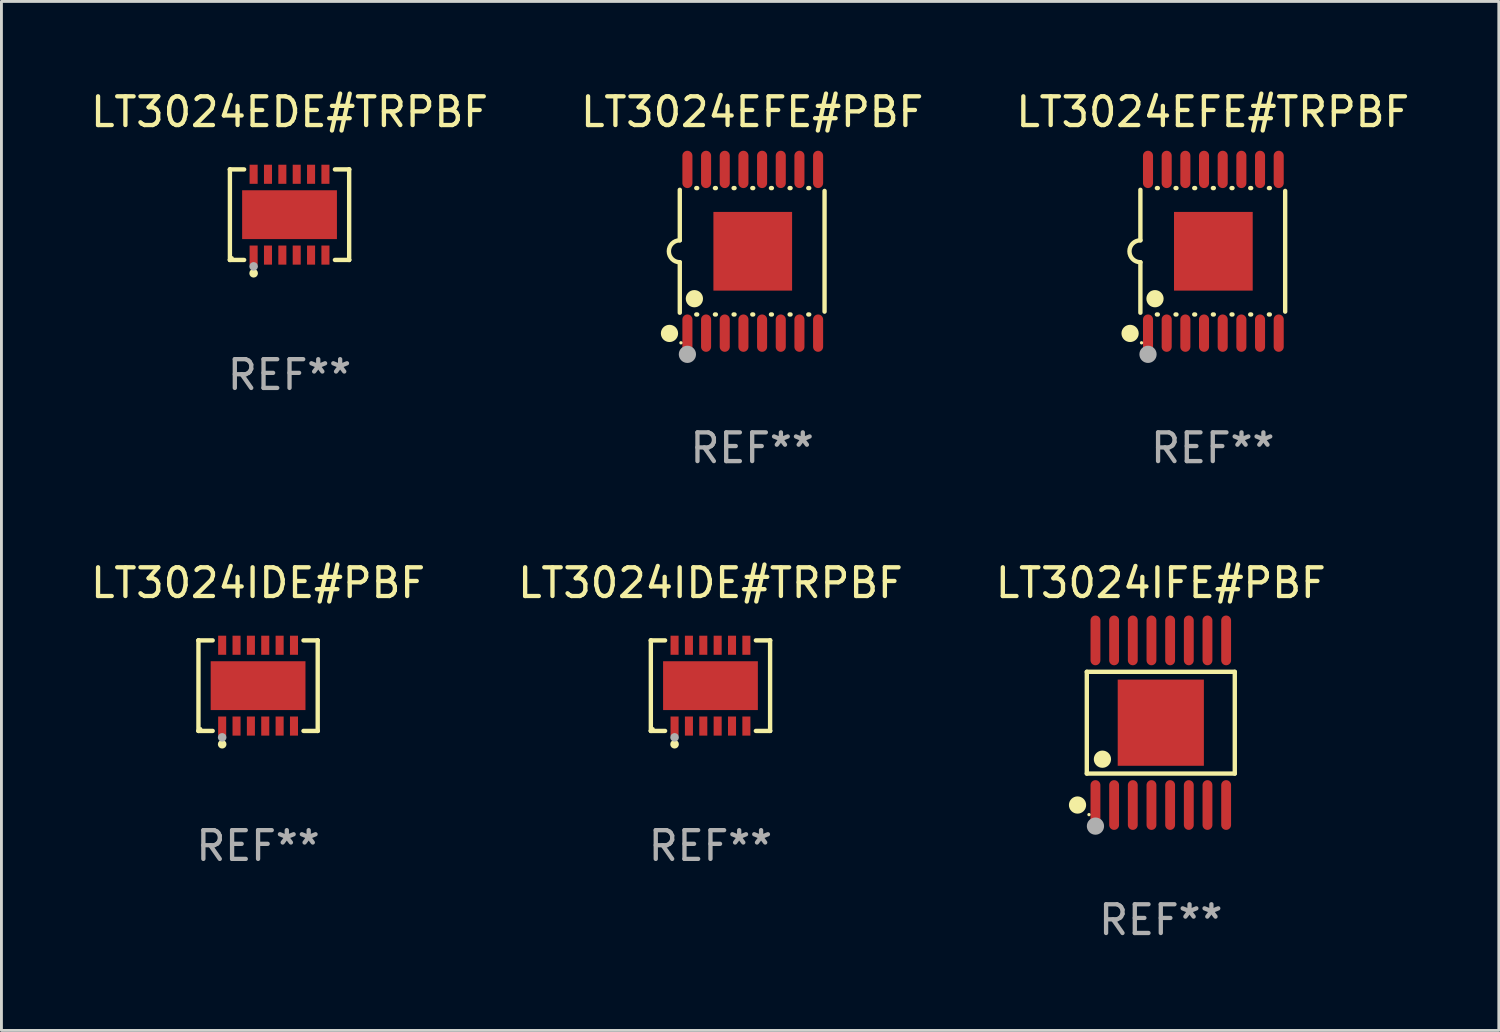
<source format=kicad_pcb>
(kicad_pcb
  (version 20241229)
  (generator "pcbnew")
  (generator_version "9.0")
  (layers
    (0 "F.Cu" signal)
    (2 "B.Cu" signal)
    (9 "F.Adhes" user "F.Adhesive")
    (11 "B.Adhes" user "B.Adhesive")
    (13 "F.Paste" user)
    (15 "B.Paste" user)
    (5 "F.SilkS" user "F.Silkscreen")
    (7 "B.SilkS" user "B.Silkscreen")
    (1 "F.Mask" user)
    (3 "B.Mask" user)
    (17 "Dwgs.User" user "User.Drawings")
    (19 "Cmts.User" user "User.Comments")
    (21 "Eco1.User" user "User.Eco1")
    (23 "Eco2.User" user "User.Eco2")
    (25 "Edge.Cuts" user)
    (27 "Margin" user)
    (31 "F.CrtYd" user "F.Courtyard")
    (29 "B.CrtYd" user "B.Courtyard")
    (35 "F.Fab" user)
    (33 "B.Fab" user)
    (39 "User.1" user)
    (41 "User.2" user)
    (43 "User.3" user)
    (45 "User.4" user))
  (footprint "LT3024EDE#TRPBF"
    (layer "F.Cu")
    (at 7.03 4.424)
    (property "Reference" "LT3024EDE#TRPBF" (at 0 -3.576 0) (layer "F.SilkS") (effects (font (size 1 1) (thickness 0.15))))
    (attr through_hole)
    (fp_line (start -2.076 -1.576) (end -2.076 -1.576) (stroke (width 0.152) (type solid)) (layer "F.SilkS"))
    (fp_line (start -2.076 -1.576) (end -1.58 -1.576) (stroke (width 0.152) (type solid)) (layer "F.SilkS"))
    (fp_line (start -2.076 1.576) (end -2.076 -1.576) (stroke (width 0.152) (type solid)) (layer "F.SilkS"))
    (fp_line (start -2.076 1.576) (end -2.076 1.576) (stroke (width 0.152) (type solid)) (layer "F.SilkS"))
    (fp_line (start -1.58 1.576) (end -2.076 1.576) (stroke (width 0.152) (type solid)) (layer "F.SilkS"))
    (fp_line (start 1.58 1.576) (end 2.076 1.576) (stroke (width 0.152) (type solid)) (layer "F.SilkS"))
    (fp_line (start 2.076 -1.576) (end 1.58 -1.576) (stroke (width 0.152) (type solid)) (layer "F.SilkS"))
    (fp_line (start 2.076 -1.576) (end 2.076 -1.576) (stroke (width 0.152) (type solid)) (layer "F.SilkS"))
    (fp_line (start 2.076 1.576) (end 2.076 -1.576) (stroke (width 0.152) (type solid)) (layer "F.SilkS"))
    (fp_line (start 2.076 1.576) (end 2.076 1.576) (stroke (width 0.152) (type solid)) (layer "F.SilkS"))
    (fp_circle (center -2 1.5) (end -1.97 1.5) (stroke (width 0.06) (type solid)) (fill no) (layer "F.SilkS"))
    (fp_circle (center -1.25 2.04) (end -1.175 2.04) (stroke (width 0.15) (type solid)) (fill no) (layer "F.SilkS"))
    (fp_circle (center -1.25 1.8) (end -1.175 1.8) (stroke (width 0.15) (type solid)) (fill no) (layer "F.Fab"))
    (fp_text user "REF**" (at 0 5.576 0) (layer "F.Fab") (effects (font (size 1 1) (thickness 0.15))))
    (pad "1" smd rect (at -1.25 1.407) (size 0.28 0.665) (layers "F.Cu" "F.Mask" "F.Paste"))
    (pad "2" smd rect (at -0.75 1.407) (size 0.28 0.665) (layers "F.Cu" "F.Mask" "F.Paste"))
    (pad "3" smd rect (at -0.25 1.407) (size 0.28 0.665) (layers "F.Cu" "F.Mask" "F.Paste"))
    (pad "4" smd rect (at 0.25 1.407) (size 0.28 0.665) (layers "F.Cu" "F.Mask" "F.Paste"))
    (pad "5" smd rect (at 0.75 1.407) (size 0.28 0.665) (layers "F.Cu" "F.Mask" "F.Paste"))
    (pad "6" smd rect (at 1.25 1.407) (size 0.28 0.665) (layers "F.Cu" "F.Mask" "F.Paste"))
    (pad "7" smd rect (at 1.25 -1.407) (size 0.28 0.665) (layers "F.Cu" "F.Mask" "F.Paste"))
    (pad "8" smd rect (at 0.75 -1.407) (size 0.28 0.665) (layers "F.Cu" "F.Mask" "F.Paste"))
    (pad "9" smd rect (at 0.25 -1.407) (size 0.28 0.665) (layers "F.Cu" "F.Mask" "F.Paste"))
    (pad "10" smd rect (at -0.25 -1.407) (size 0.28 0.665) (layers "F.Cu" "F.Mask" "F.Paste"))
    (pad "11" smd rect (at -0.75 -1.407) (size 0.28 0.665) (layers "F.Cu" "F.Mask" "F.Paste"))
    (pad "12" smd rect (at -1.25 -1.407) (size 0.28 0.665) (layers "F.Cu" "F.Mask" "F.Paste"))
    (pad "13" smd rect (at 0 0) (size 3.3 1.7) (layers "F.Cu" "F.Mask" "F.Paste")))
  (footprint "LT3024EFE#PBF"
    (layer "F.Cu")
    (at 23.137 5.698)
    (property "Reference" "LT3024EFE#PBF" (at 0 -4.85 0) (layer "F.SilkS") (effects (font (size 1 1) (thickness 0.15))))
    (attr through_hole)
    (fp_line (start -2.52 -2.14) (end -2.52 -0.381) (stroke (width 0.152) (type solid)) (layer "F.SilkS"))
    (fp_line (start -2.52 2.14) (end -2.52 0.381) (stroke (width 0.152) (type solid)) (layer "F.SilkS"))
    (fp_line (start -1.946 -2.2) (end -1.914 -2.2) (stroke (width 0.152) (type solid)) (layer "F.SilkS"))
    (fp_line (start -1.946 2.2) (end -1.914 2.2) (stroke (width 0.152) (type solid)) (layer "F.SilkS"))
    (fp_line (start -1.296 -2.2) (end -1.264 -2.2) (stroke (width 0.152) (type solid)) (layer "F.SilkS"))
    (fp_line (start -1.296 2.2) (end -1.264 2.2) (stroke (width 0.152) (type solid)) (layer "F.SilkS"))
    (fp_line (start -0.646 -2.2) (end -0.614 -2.2) (stroke (width 0.152) (type solid)) (layer "F.SilkS"))
    (fp_line (start -0.646 2.2) (end -0.614 2.2) (stroke (width 0.152) (type solid)) (layer "F.SilkS"))
    (fp_line (start 0.004 -2.2) (end 0.036 -2.2) (stroke (width 0.152) (type solid)) (layer "F.SilkS"))
    (fp_line (start 0.004 2.2) (end 0.036 2.2) (stroke (width 0.152) (type solid)) (layer "F.SilkS"))
    (fp_line (start 0.654 -2.2) (end 0.686 -2.2) (stroke (width 0.152) (type solid)) (layer "F.SilkS"))
    (fp_line (start 0.654 2.2) (end 0.686 2.2) (stroke (width 0.152) (type solid)) (layer "F.SilkS"))
    (fp_line (start 1.304 -2.2) (end 1.336 -2.2) (stroke (width 0.152) (type solid)) (layer "F.SilkS"))
    (fp_line (start 1.304 2.2) (end 1.336 2.2) (stroke (width 0.152) (type solid)) (layer "F.SilkS"))
    (fp_line (start 1.954 -2.2) (end 1.986 -2.2) (stroke (width 0.152) (type solid)) (layer "F.SilkS"))
    (fp_line (start 1.954 2.2) (end 1.986 2.2) (stroke (width 0.152) (type solid)) (layer "F.SilkS"))
    (fp_line (start 2.52 -2.101) (end 2.52 2.101) (stroke (width 0.152) (type solid)) (layer "F.SilkS"))
    (fp_arc (start -2.520003 0.381001) (mid -2.901004 0) (end -2.520003 -0.381001) (stroke (width 0.151994) (type solid)) (layer "F.SilkS"))
    (fp_circle (center -2.879 2.86) (end -2.729 2.86) (stroke (width 0.3) (type solid)) (fill no) (layer "F.SilkS"))
    (fp_circle (center -2.48 3.187) (end -2.45 3.187) (stroke (width 0.06) (type solid)) (fill no) (layer "F.SilkS"))
    (fp_circle (center -2.012 1.651) (end -1.862 1.651) (stroke (width 0.3) (type solid)) (fill no) (layer "F.SilkS"))
    (fp_circle (center -2.255 3.588) (end -2.105 3.588) (stroke (width 0.3) (type solid)) (fill no) (layer "F.Fab"))
    (fp_text user "REF**" (at 0 6.85 0) (layer "F.Fab") (effects (font (size 1 1) (thickness 0.15))))
    (pad "1" smd oval (at -2.255 2.85) (size 0.35 1.3) (layers "F.Cu" "F.Mask" "F.Paste"))
    (pad "2" smd oval (at -1.605 2.85) (size 0.35 1.3) (layers "F.Cu" "F.Mask" "F.Paste"))
    (pad "3" smd oval (at -0.955 2.85) (size 0.35 1.3) (layers "F.Cu" "F.Mask" "F.Paste"))
    (pad "4" smd oval (at -0.305 2.85) (size 0.35 1.3) (layers "F.Cu" "F.Mask" "F.Paste"))
    (pad "5" smd oval (at 0.345 2.85) (size 0.35 1.3) (layers "F.Cu" "F.Mask" "F.Paste"))
    (pad "6" smd oval (at 0.995 2.85) (size 0.35 1.3) (layers "F.Cu" "F.Mask" "F.Paste"))
    (pad "7" smd oval (at 1.645 2.85) (size 0.35 1.3) (layers "F.Cu" "F.Mask" "F.Paste"))
    (pad "8" smd oval (at 2.295 2.85) (size 0.35 1.3) (layers "F.Cu" "F.Mask" "F.Paste"))
    (pad "9" smd oval (at 2.295 -2.85) (size 0.35 1.3) (layers "F.Cu" "F.Mask" "F.Paste"))
    (pad "10" smd oval (at 1.645 -2.85) (size 0.35 1.3) (layers "F.Cu" "F.Mask" "F.Paste"))
    (pad "11" smd oval (at 0.995 -2.85) (size 0.35 1.3) (layers "F.Cu" "F.Mask" "F.Paste"))
    (pad "12" smd oval (at 0.345 -2.85) (size 0.35 1.3) (layers "F.Cu" "F.Mask" "F.Paste"))
    (pad "13" smd oval (at -0.305 -2.85) (size 0.35 1.3) (layers "F.Cu" "F.Mask" "F.Paste"))
    (pad "14" smd oval (at -0.955 -2.85) (size 0.35 1.3) (layers "F.Cu" "F.Mask" "F.Paste"))
    (pad "15" smd oval (at -1.605 -2.85) (size 0.35 1.3) (layers "F.Cu" "F.Mask" "F.Paste"))
    (pad "16" smd oval (at -2.255 -2.85) (size 0.35 1.3) (layers "F.Cu" "F.Mask" "F.Paste"))
    (pad "17" smd rect (at 0.02 0) (size 2.74 2.74) (layers "F.Cu" "F.Mask" "F.Paste")))
  (footprint "LT3024IFE#PBF"
    (layer "F.Cu")
    (at 37.363 22.111)
    (property "Reference" "LT3024IFE#PBF" (at 0 -4.866 0) (layer "F.SilkS") (effects (font (size 1 1) (thickness 0.15))))
    (attr through_hole)
    (fp_line (start -2.576 -1.772) (end 2.576 -1.772) (stroke (width 0.152) (type solid)) (layer "F.SilkS"))
    (fp_line (start -2.576 1.771) (end -2.576 -1.772) (stroke (width 0.152) (type solid)) (layer "F.SilkS"))
    (fp_line (start 2.576 -1.772) (end 2.576 1.771) (stroke (width 0.152) (type solid)) (layer "F.SilkS"))
    (fp_line (start 2.576 1.771) (end -2.576 1.771) (stroke (width 0.152) (type solid)) (layer "F.SilkS"))
    (fp_circle (center -2.899 2.866) (end -2.749 2.866) (stroke (width 0.3) (type solid)) (fill no) (layer "F.SilkS"))
    (fp_circle (center -2.5 3.2) (end -2.47 3.2) (stroke (width 0.06) (type solid)) (fill no) (layer "F.SilkS"))
    (fp_circle (center -2.032 1.27) (end -1.882 1.27) (stroke (width 0.3) (type solid)) (fill no) (layer "F.SilkS"))
    (fp_circle (center -2.275 3.6) (end -2.125 3.6) (stroke (width 0.3) (type solid)) (fill no) (layer "F.Fab"))
    (fp_text user "REF**" (at 0 6.866 0) (layer "F.Fab") (effects (font (size 1 1) (thickness 0.15))))
    (pad "1" smd oval (at -2.275 2.866) (size 0.343 1.731) (layers "F.Cu" "F.Mask" "F.Paste"))
    (pad "2" smd oval (at -1.625 2.866) (size 0.343 1.731) (layers "F.Cu" "F.Mask" "F.Paste"))
    (pad "3" smd oval (at -0.975 2.866) (size 0.343 1.731) (layers "F.Cu" "F.Mask" "F.Paste"))
    (pad "4" smd oval (at -0.325 2.866) (size 0.343 1.731) (layers "F.Cu" "F.Mask" "F.Paste"))
    (pad "5" smd oval (at 0.325 2.866) (size 0.343 1.731) (layers "F.Cu" "F.Mask" "F.Paste"))
    (pad "6" smd oval (at 0.975 2.866) (size 0.343 1.731) (layers "F.Cu" "F.Mask" "F.Paste"))
    (pad "7" smd oval (at 1.625 2.866) (size 0.343 1.731) (layers "F.Cu" "F.Mask" "F.Paste"))
    (pad "8" smd oval (at 2.275 2.866) (size 0.343 1.731) (layers "F.Cu" "F.Mask" "F.Paste"))
    (pad "9" smd oval (at 2.275 -2.866) (size 0.343 1.731) (layers "F.Cu" "F.Mask" "F.Paste"))
    (pad "10" smd oval (at 1.625 -2.866) (size 0.343 1.731) (layers "F.Cu" "F.Mask" "F.Paste"))
    (pad "11" smd oval (at 0.975 -2.866) (size 0.343 1.731) (layers "F.Cu" "F.Mask" "F.Paste"))
    (pad "12" smd oval (at 0.325 -2.866) (size 0.343 1.731) (layers "F.Cu" "F.Mask" "F.Paste"))
    (pad "13" smd oval (at -0.325 -2.866) (size 0.343 1.731) (layers "F.Cu" "F.Mask" "F.Paste"))
    (pad "14" smd oval (at -0.975 -2.866) (size 0.343 1.731) (layers "F.Cu" "F.Mask" "F.Paste"))
    (pad "15" smd oval (at -1.625 -2.866) (size 0.343 1.731) (layers "F.Cu" "F.Mask" "F.Paste"))
    (pad "16" smd oval (at -2.275 -2.866) (size 0.343 1.731) (layers "F.Cu" "F.Mask" "F.Paste"))
    (pad "17" smd rect (at 0 -0.000127) (size 3 3) (layers "F.Cu" "F.Mask" "F.Paste")))
  (footprint "LT3024IDE#PBF"
    (layer "F.Cu")
    (at 5.935 20.821)
    (property "Reference" "LT3024IDE#PBF" (at 0 -3.576 0) (layer "F.SilkS") (effects (font (size 1 1) (thickness 0.15))))
    (attr through_hole)
    (fp_line (start -2.076 -1.576) (end -2.076 -1.576) (stroke (width 0.152) (type solid)) (layer "F.SilkS"))
    (fp_line (start -2.076 -1.576) (end -1.58 -1.576) (stroke (width 0.152) (type solid)) (layer "F.SilkS"))
    (fp_line (start -2.076 1.576) (end -2.076 -1.576) (stroke (width 0.152) (type solid)) (layer "F.SilkS"))
    (fp_line (start -2.076 1.576) (end -2.076 1.576) (stroke (width 0.152) (type solid)) (layer "F.SilkS"))
    (fp_line (start -1.58 1.576) (end -2.076 1.576) (stroke (width 0.152) (type solid)) (layer "F.SilkS"))
    (fp_line (start 1.58 1.576) (end 2.076 1.576) (stroke (width 0.152) (type solid)) (layer "F.SilkS"))
    (fp_line (start 2.076 -1.576) (end 1.58 -1.576) (stroke (width 0.152) (type solid)) (layer "F.SilkS"))
    (fp_line (start 2.076 -1.576) (end 2.076 -1.576) (stroke (width 0.152) (type solid)) (layer "F.SilkS"))
    (fp_line (start 2.076 1.576) (end 2.076 -1.576) (stroke (width 0.152) (type solid)) (layer "F.SilkS"))
    (fp_line (start 2.076 1.576) (end 2.076 1.576) (stroke (width 0.152) (type solid)) (layer "F.SilkS"))
    (fp_circle (center -2 1.5) (end -1.97 1.5) (stroke (width 0.06) (type solid)) (fill no) (layer "F.SilkS"))
    (fp_circle (center -1.25 2.04) (end -1.175 2.04) (stroke (width 0.15) (type solid)) (fill no) (layer "F.SilkS"))
    (fp_circle (center -1.25 1.8) (end -1.175 1.8) (stroke (width 0.15) (type solid)) (fill no) (layer "F.Fab"))
    (fp_text user "REF**" (at 0 5.576 0) (layer "F.Fab") (effects (font (size 1 1) (thickness 0.15))))
    (pad "1" smd rect (at -1.25 1.407) (size 0.28 0.665) (layers "F.Cu" "F.Mask" "F.Paste"))
    (pad "2" smd rect (at -0.75 1.407) (size 0.28 0.665) (layers "F.Cu" "F.Mask" "F.Paste"))
    (pad "3" smd rect (at -0.25 1.407) (size 0.28 0.665) (layers "F.Cu" "F.Mask" "F.Paste"))
    (pad "4" smd rect (at 0.25 1.407) (size 0.28 0.665) (layers "F.Cu" "F.Mask" "F.Paste"))
    (pad "5" smd rect (at 0.75 1.407) (size 0.28 0.665) (layers "F.Cu" "F.Mask" "F.Paste"))
    (pad "6" smd rect (at 1.25 1.407) (size 0.28 0.665) (layers "F.Cu" "F.Mask" "F.Paste"))
    (pad "7" smd rect (at 1.25 -1.407) (size 0.28 0.665) (layers "F.Cu" "F.Mask" "F.Paste"))
    (pad "8" smd rect (at 0.75 -1.407) (size 0.28 0.665) (layers "F.Cu" "F.Mask" "F.Paste"))
    (pad "9" smd rect (at 0.25 -1.407) (size 0.28 0.665) (layers "F.Cu" "F.Mask" "F.Paste"))
    (pad "10" smd rect (at -0.25 -1.407) (size 0.28 0.665) (layers "F.Cu" "F.Mask" "F.Paste"))
    (pad "11" smd rect (at -0.75 -1.407) (size 0.28 0.665) (layers "F.Cu" "F.Mask" "F.Paste"))
    (pad "12" smd rect (at -1.25 -1.407) (size 0.28 0.665) (layers "F.Cu" "F.Mask" "F.Paste"))
    (pad "13" smd rect (at 0 0) (size 3.3 1.7) (layers "F.Cu" "F.Mask" "F.Paste")))
  (footprint "LT3024IDE#TRPBF"
    (layer "F.Cu")
    (at 21.685 20.821)
    (property "Reference" "LT3024IDE#TRPBF" (at 0 -3.576 0) (layer "F.SilkS") (effects (font (size 1 1) (thickness 0.15))))
    (attr through_hole)
    (fp_line (start -2.076 -1.576) (end -2.076 -1.576) (stroke (width 0.152) (type solid)) (layer "F.SilkS"))
    (fp_line (start -2.076 -1.576) (end -1.58 -1.576) (stroke (width 0.152) (type solid)) (layer "F.SilkS"))
    (fp_line (start -2.076 1.576) (end -2.076 -1.576) (stroke (width 0.152) (type solid)) (layer "F.SilkS"))
    (fp_line (start -2.076 1.576) (end -2.076 1.576) (stroke (width 0.152) (type solid)) (layer "F.SilkS"))
    (fp_line (start -1.58 1.576) (end -2.076 1.576) (stroke (width 0.152) (type solid)) (layer "F.SilkS"))
    (fp_line (start 1.58 1.576) (end 2.076 1.576) (stroke (width 0.152) (type solid)) (layer "F.SilkS"))
    (fp_line (start 2.076 -1.576) (end 1.58 -1.576) (stroke (width 0.152) (type solid)) (layer "F.SilkS"))
    (fp_line (start 2.076 -1.576) (end 2.076 -1.576) (stroke (width 0.152) (type solid)) (layer "F.SilkS"))
    (fp_line (start 2.076 1.576) (end 2.076 -1.576) (stroke (width 0.152) (type solid)) (layer "F.SilkS"))
    (fp_line (start 2.076 1.576) (end 2.076 1.576) (stroke (width 0.152) (type solid)) (layer "F.SilkS"))
    (fp_circle (center -2 1.5) (end -1.97 1.5) (stroke (width 0.06) (type solid)) (fill no) (layer "F.SilkS"))
    (fp_circle (center -1.25 2.04) (end -1.175 2.04) (stroke (width 0.15) (type solid)) (fill no) (layer "F.SilkS"))
    (fp_circle (center -1.25 1.8) (end -1.175 1.8) (stroke (width 0.15) (type solid)) (fill no) (layer "F.Fab"))
    (fp_text user "REF**" (at 0 5.576 0) (layer "F.Fab") (effects (font (size 1 1) (thickness 0.15))))
    (pad "1" smd rect (at -1.25 1.407) (size 0.28 0.665) (layers "F.Cu" "F.Mask" "F.Paste"))
    (pad "2" smd rect (at -0.75 1.407) (size 0.28 0.665) (layers "F.Cu" "F.Mask" "F.Paste"))
    (pad "3" smd rect (at -0.25 1.407) (size 0.28 0.665) (layers "F.Cu" "F.Mask" "F.Paste"))
    (pad "4" smd rect (at 0.25 1.407) (size 0.28 0.665) (layers "F.Cu" "F.Mask" "F.Paste"))
    (pad "5" smd rect (at 0.75 1.407) (size 0.28 0.665) (layers "F.Cu" "F.Mask" "F.Paste"))
    (pad "6" smd rect (at 1.25 1.407) (size 0.28 0.665) (layers "F.Cu" "F.Mask" "F.Paste"))
    (pad "7" smd rect (at 1.25 -1.407) (size 0.28 0.665) (layers "F.Cu" "F.Mask" "F.Paste"))
    (pad "8" smd rect (at 0.75 -1.407) (size 0.28 0.665) (layers "F.Cu" "F.Mask" "F.Paste"))
    (pad "9" smd rect (at 0.25 -1.407) (size 0.28 0.665) (layers "F.Cu" "F.Mask" "F.Paste"))
    (pad "10" smd rect (at -0.25 -1.407) (size 0.28 0.665) (layers "F.Cu" "F.Mask" "F.Paste"))
    (pad "11" smd rect (at -0.75 -1.407) (size 0.28 0.665) (layers "F.Cu" "F.Mask" "F.Paste"))
    (pad "12" smd rect (at -1.25 -1.407) (size 0.28 0.665) (layers "F.Cu" "F.Mask" "F.Paste"))
    (pad "13" smd rect (at 0 0) (size 3.3 1.7) (layers "F.Cu" "F.Mask" "F.Paste")))
  (footprint "LT3024EFE#TRPBF"
    (layer "F.Cu")
    (at 39.173 5.698)
    (property "Reference" "LT3024EFE#TRPBF" (at 0 -4.85 0) (layer "F.SilkS") (effects (font (size 1 1) (thickness 0.15))))
    (attr through_hole)
    (fp_line (start -2.52 -2.14) (end -2.52 -0.381) (stroke (width 0.152) (type solid)) (layer "F.SilkS"))
    (fp_line (start -2.52 2.14) (end -2.52 0.381) (stroke (width 0.152) (type solid)) (layer "F.SilkS"))
    (fp_line (start -1.946 -2.2) (end -1.914 -2.2) (stroke (width 0.152) (type solid)) (layer "F.SilkS"))
    (fp_line (start -1.946 2.2) (end -1.914 2.2) (stroke (width 0.152) (type solid)) (layer "F.SilkS"))
    (fp_line (start -1.296 -2.2) (end -1.264 -2.2) (stroke (width 0.152) (type solid)) (layer "F.SilkS"))
    (fp_line (start -1.296 2.2) (end -1.264 2.2) (stroke (width 0.152) (type solid)) (layer "F.SilkS"))
    (fp_line (start -0.646 -2.2) (end -0.614 -2.2) (stroke (width 0.152) (type solid)) (layer "F.SilkS"))
    (fp_line (start -0.646 2.2) (end -0.614 2.2) (stroke (width 0.152) (type solid)) (layer "F.SilkS"))
    (fp_line (start 0.004 -2.2) (end 0.036 -2.2) (stroke (width 0.152) (type solid)) (layer "F.SilkS"))
    (fp_line (start 0.004 2.2) (end 0.036 2.2) (stroke (width 0.152) (type solid)) (layer "F.SilkS"))
    (fp_line (start 0.654 -2.2) (end 0.686 -2.2) (stroke (width 0.152) (type solid)) (layer "F.SilkS"))
    (fp_line (start 0.654 2.2) (end 0.686 2.2) (stroke (width 0.152) (type solid)) (layer "F.SilkS"))
    (fp_line (start 1.304 -2.2) (end 1.336 -2.2) (stroke (width 0.152) (type solid)) (layer "F.SilkS"))
    (fp_line (start 1.304 2.2) (end 1.336 2.2) (stroke (width 0.152) (type solid)) (layer "F.SilkS"))
    (fp_line (start 1.954 -2.2) (end 1.986 -2.2) (stroke (width 0.152) (type solid)) (layer "F.SilkS"))
    (fp_line (start 1.954 2.2) (end 1.986 2.2) (stroke (width 0.152) (type solid)) (layer "F.SilkS"))
    (fp_line (start 2.52 -2.101) (end 2.52 2.101) (stroke (width 0.152) (type solid)) (layer "F.SilkS"))
    (fp_arc (start -2.520003 0.381001) (mid -2.901004 0) (end -2.520003 -0.381001) (stroke (width 0.151994) (type solid)) (layer "F.SilkS"))
    (fp_circle (center -2.879 2.86) (end -2.729 2.86) (stroke (width 0.3) (type solid)) (fill no) (layer "F.SilkS"))
    (fp_circle (center -2.48 3.187) (end -2.45 3.187) (stroke (width 0.06) (type solid)) (fill no) (layer "F.SilkS"))
    (fp_circle (center -2.012 1.651) (end -1.862 1.651) (stroke (width 0.3) (type solid)) (fill no) (layer "F.SilkS"))
    (fp_circle (center -2.255 3.588) (end -2.105 3.588) (stroke (width 0.3) (type solid)) (fill no) (layer "F.Fab"))
    (fp_text user "REF**" (at 0 6.85 0) (layer "F.Fab") (effects (font (size 1 1) (thickness 0.15))))
    (pad "1" smd oval (at -2.255 2.85) (size 0.35 1.3) (layers "F.Cu" "F.Mask" "F.Paste"))
    (pad "2" smd oval (at -1.605 2.85) (size 0.35 1.3) (layers "F.Cu" "F.Mask" "F.Paste"))
    (pad "3" smd oval (at -0.955 2.85) (size 0.35 1.3) (layers "F.Cu" "F.Mask" "F.Paste"))
    (pad "4" smd oval (at -0.305 2.85) (size 0.35 1.3) (layers "F.Cu" "F.Mask" "F.Paste"))
    (pad "5" smd oval (at 0.345 2.85) (size 0.35 1.3) (layers "F.Cu" "F.Mask" "F.Paste"))
    (pad "6" smd oval (at 0.995 2.85) (size 0.35 1.3) (layers "F.Cu" "F.Mask" "F.Paste"))
    (pad "7" smd oval (at 1.645 2.85) (size 0.35 1.3) (layers "F.Cu" "F.Mask" "F.Paste"))
    (pad "8" smd oval (at 2.295 2.85) (size 0.35 1.3) (layers "F.Cu" "F.Mask" "F.Paste"))
    (pad "9" smd oval (at 2.295 -2.85) (size 0.35 1.3) (layers "F.Cu" "F.Mask" "F.Paste"))
    (pad "10" smd oval (at 1.645 -2.85) (size 0.35 1.3) (layers "F.Cu" "F.Mask" "F.Paste"))
    (pad "11" smd oval (at 0.995 -2.85) (size 0.35 1.3) (layers "F.Cu" "F.Mask" "F.Paste"))
    (pad "12" smd oval (at 0.345 -2.85) (size 0.35 1.3) (layers "F.Cu" "F.Mask" "F.Paste"))
    (pad "13" smd oval (at -0.305 -2.85) (size 0.35 1.3) (layers "F.Cu" "F.Mask" "F.Paste"))
    (pad "14" smd oval (at -0.955 -2.85) (size 0.35 1.3) (layers "F.Cu" "F.Mask" "F.Paste"))
    (pad "15" smd oval (at -1.605 -2.85) (size 0.35 1.3) (layers "F.Cu" "F.Mask" "F.Paste"))
    (pad "16" smd oval (at -2.255 -2.85) (size 0.35 1.3) (layers "F.Cu" "F.Mask" "F.Paste"))
    (pad "17" smd rect (at 0.02 0) (size 2.74 2.74) (layers "F.Cu" "F.Mask" "F.Paste")))
  (gr_rect
    (start -3 -3)
    (end 49.131 32.825)
    (stroke (width 0.1) (type default))
    (fill no)
    (layer "Edge.Cuts")))
</source>
